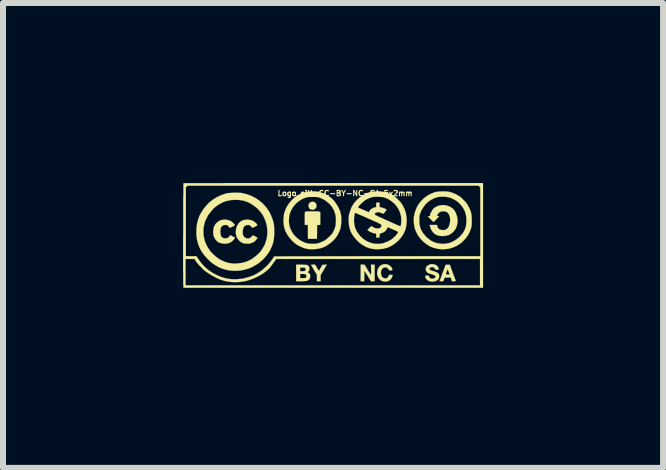
<source format=kicad_pcb>
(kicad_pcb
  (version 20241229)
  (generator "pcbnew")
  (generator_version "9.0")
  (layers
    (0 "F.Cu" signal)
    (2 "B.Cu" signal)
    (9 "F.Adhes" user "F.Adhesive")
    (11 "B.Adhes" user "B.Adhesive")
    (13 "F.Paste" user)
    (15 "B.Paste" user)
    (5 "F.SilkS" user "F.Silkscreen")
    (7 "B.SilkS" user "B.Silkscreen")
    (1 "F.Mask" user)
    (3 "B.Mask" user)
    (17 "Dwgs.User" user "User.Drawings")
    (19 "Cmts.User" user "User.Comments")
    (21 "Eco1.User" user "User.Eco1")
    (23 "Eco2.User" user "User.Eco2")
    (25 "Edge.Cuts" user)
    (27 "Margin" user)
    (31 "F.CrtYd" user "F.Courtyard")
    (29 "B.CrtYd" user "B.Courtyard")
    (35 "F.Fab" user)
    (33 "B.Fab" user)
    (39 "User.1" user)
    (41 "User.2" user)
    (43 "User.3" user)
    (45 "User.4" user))
  (footprint "Logo_silk_CC-BY-NC-SA_5x2mm"
    (layer "F.Cu")
    (at 2.501 0.872)
    (property "Reference" "Logo_silk_CC-BY-NC-SA_5x2mm" (at 0.2 -0.7 0) (layer "F.SilkS") (effects (font (size 0.089 0.089) (thickness 0.018))))
    (attr exclude_from_pos_files exclude_from_bom)
    (fp_poly (pts (xy -0.277 -0.488) (xy -0.279 -0.467) (xy -0.29 -0.45) (xy -0.307 -0.437) (xy -0.33 -0.427) (xy -0.345 -0.427) (xy -0.363 -0.429) (xy -0.366 -0.432) (xy -0.378 -0.437) (xy -0.386 -0.439) (xy -0.391 -0.442) (xy -0.396 -0.452) (xy -0.399 -0.455) (xy -0.409 -0.48) (xy -0.409 -0.503) (xy -0.401 -0.526) (xy -0.389 -0.544) (xy -0.368 -0.554) (xy -0.343 -0.559) (xy -0.34 -0.561) (xy -0.318 -0.556) (xy -0.297 -0.544) (xy -0.284 -0.528) (xy -0.277 -0.511) (xy -0.277 -0.488)) (stroke (width 0.003) (type solid)) (fill yes) (layer "F.SilkS"))
    (fp_poly (pts (xy 0.693 0.765) (xy 0.663 0.765) (xy 0.632 0.765) (xy 0.577 0.676) (xy 0.521 0.587) (xy 0.521 0.676) (xy 0.518 0.765) (xy 0.488 0.765) (xy 0.46 0.765) (xy 0.46 0.627) (xy 0.46 0.488) (xy 0.49 0.488) (xy 0.523 0.488) (xy 0.577 0.577) (xy 0.592 0.602) (xy 0.607 0.625) (xy 0.62 0.643) (xy 0.627 0.655) (xy 0.632 0.66) (xy 0.632 0.655) (xy 0.635 0.643) (xy 0.635 0.622) (xy 0.635 0.597) (xy 0.635 0.574) (xy 0.632 0.488) (xy 0.663 0.488) (xy 0.693 0.488) (xy 0.693 0.627) (xy 0.693 0.765)) (stroke (width 0.003) (type solid)) (fill yes) (layer "F.SilkS"))
    (fp_poly (pts (xy -0.104 0.488) (xy -0.157 0.577) (xy -0.208 0.663) (xy -0.208 0.714) (xy -0.208 0.765) (xy -0.239 0.765) (xy -0.269 0.765) (xy -0.269 0.711) (xy -0.269 0.658) (xy -0.318 0.577) (xy -0.333 0.551) (xy -0.345 0.528) (xy -0.356 0.511) (xy -0.363 0.498) (xy -0.368 0.493) (xy -0.363 0.49) (xy -0.353 0.49) (xy -0.335 0.488) (xy -0.3 0.488) (xy -0.269 0.541) (xy -0.254 0.566) (xy -0.244 0.582) (xy -0.236 0.589) (xy -0.234 0.589) (xy -0.229 0.582) (xy -0.221 0.569) (xy -0.211 0.549) (xy -0.203 0.536) (xy -0.175 0.49) (xy -0.14 0.49) (xy -0.104 0.488)) (stroke (width 0.003) (type solid)) (fill yes) (layer "F.SilkS"))
    (fp_poly (pts (xy 2.045 0.759) (xy 2.04 0.762) (xy 2.027 0.765) (xy 2.012 0.765) (xy 1.981 0.765) (xy 1.971 0.734) (xy 1.963 0.704) (xy 1.943 0.704) (xy 1.943 0.653) (xy 1.928 0.61) (xy 1.92 0.589) (xy 1.915 0.574) (xy 1.91 0.569) (xy 1.91 0.566) (xy 1.905 0.574) (xy 1.9 0.587) (xy 1.895 0.602) (xy 1.887 0.62) (xy 1.882 0.635) (xy 1.88 0.648) (xy 1.88 0.65) (xy 1.885 0.653) (xy 1.895 0.653) (xy 1.91 0.653) (xy 1.943 0.653) (xy 1.943 0.704) (xy 1.91 0.704) (xy 1.859 0.704) (xy 1.849 0.734) (xy 1.836 0.765) (xy 1.806 0.765) (xy 1.775 0.765) (xy 1.826 0.627) (xy 1.877 0.49) (xy 1.913 0.49) (xy 1.946 0.49) (xy 1.994 0.625) (xy 2.007 0.658) (xy 2.019 0.688) (xy 2.029 0.716) (xy 2.037 0.739) (xy 2.042 0.752) (xy 2.045 0.759)) (stroke (width 0.003) (type solid)) (fill yes) (layer "F.SilkS"))
    (fp_poly (pts (xy -0.213 -0.353) (xy -0.213 -0.338) (xy -0.213 -0.318) (xy -0.213 -0.29) (xy -0.213 -0.264) (xy -0.213 -0.175) (xy -0.239 -0.173) (xy -0.267 -0.17) (xy -0.267 -0.056) (xy -0.269 0.058) (xy -0.343 0.058) (xy -0.419 0.058) (xy -0.419 -0.056) (xy -0.419 -0.175) (xy -0.439 -0.173) (xy -0.455 -0.173) (xy -0.465 -0.173) (xy -0.467 -0.173) (xy -0.47 -0.175) (xy -0.472 -0.183) (xy -0.472 -0.198) (xy -0.472 -0.221) (xy -0.472 -0.249) (xy -0.472 -0.274) (xy -0.472 -0.31) (xy -0.472 -0.338) (xy -0.472 -0.358) (xy -0.47 -0.371) (xy -0.47 -0.381) (xy -0.467 -0.386) (xy -0.465 -0.389) (xy -0.462 -0.391) (xy -0.46 -0.394) (xy -0.455 -0.396) (xy -0.445 -0.396) (xy -0.432 -0.399) (xy -0.411 -0.399) (xy -0.386 -0.399) (xy -0.351 -0.399) (xy -0.343 -0.399) (xy -0.305 -0.399) (xy -0.274 -0.399) (xy -0.251 -0.396) (xy -0.234 -0.396) (xy -0.224 -0.391) (xy -0.216 -0.386) (xy -0.213 -0.381) (xy -0.213 -0.371) (xy -0.213 -0.361) (xy -0.213 -0.353)) (stroke (width 0.003) (type solid)) (fill yes) (layer "F.SilkS"))
    (fp_poly (pts (xy 0.993 0.658) (xy 0.991 0.673) (xy 0.978 0.709) (xy 0.96 0.734) (xy 0.935 0.754) (xy 0.904 0.767) (xy 0.869 0.77) (xy 0.846 0.767) (xy 0.82 0.762) (xy 0.8 0.752) (xy 0.78 0.737) (xy 0.77 0.726) (xy 0.752 0.699) (xy 0.739 0.665) (xy 0.734 0.632) (xy 0.737 0.597) (xy 0.747 0.561) (xy 0.765 0.531) (xy 0.775 0.518) (xy 0.8 0.498) (xy 0.831 0.485) (xy 0.864 0.48) (xy 0.894 0.483) (xy 0.925 0.493) (xy 0.95 0.508) (xy 0.973 0.531) (xy 0.978 0.544) (xy 0.986 0.559) (xy 0.988 0.572) (xy 0.988 0.574) (xy 0.988 0.579) (xy 0.983 0.582) (xy 0.97 0.584) (xy 0.963 0.584) (xy 0.945 0.584) (xy 0.937 0.582) (xy 0.93 0.577) (xy 0.927 0.569) (xy 0.912 0.549) (xy 0.892 0.538) (xy 0.871 0.533) (xy 0.848 0.538) (xy 0.828 0.549) (xy 0.813 0.566) (xy 0.808 0.577) (xy 0.8 0.597) (xy 0.798 0.622) (xy 0.8 0.65) (xy 0.805 0.673) (xy 0.808 0.678) (xy 0.823 0.699) (xy 0.843 0.711) (xy 0.866 0.719) (xy 0.889 0.716) (xy 0.899 0.711) (xy 0.912 0.701) (xy 0.922 0.686) (xy 0.93 0.671) (xy 0.93 0.665) (xy 0.93 0.663) (xy 0.937 0.66) (xy 0.953 0.658) (xy 0.96 0.658) (xy 0.993 0.658)) (stroke (width 0.003) (type solid)) (fill yes) (layer "F.SilkS"))
    (fp_poly (pts (xy -1.633 0.041) (xy -1.643 0.053) (xy -1.656 0.074) (xy -1.676 0.091) (xy -1.697 0.109) (xy -1.717 0.122) (xy -1.722 0.124) (xy -1.758 0.135) (xy -1.801 0.14) (xy -1.831 0.137) (xy -1.875 0.13) (xy -1.913 0.114) (xy -1.943 0.089) (xy -1.968 0.058) (xy -1.986 0.023) (xy -1.996 -0.018) (xy -1.999 -0.066) (xy -1.996 -0.079) (xy -1.991 -0.122) (xy -1.979 -0.157) (xy -1.956 -0.191) (xy -1.948 -0.201) (xy -1.915 -0.229) (xy -1.88 -0.249) (xy -1.839 -0.259) (xy -1.793 -0.262) (xy -1.773 -0.259) (xy -1.75 -0.254) (xy -1.727 -0.246) (xy -1.709 -0.241) (xy -1.694 -0.231) (xy -1.679 -0.218) (xy -1.664 -0.203) (xy -1.648 -0.191) (xy -1.641 -0.178) (xy -1.638 -0.17) (xy -1.643 -0.165) (xy -1.654 -0.157) (xy -1.671 -0.147) (xy -1.679 -0.145) (xy -1.72 -0.124) (xy -1.742 -0.15) (xy -1.755 -0.163) (xy -1.765 -0.17) (xy -1.775 -0.173) (xy -1.788 -0.173) (xy -1.796 -0.173) (xy -1.824 -0.17) (xy -1.847 -0.157) (xy -1.864 -0.137) (xy -1.867 -0.135) (xy -1.872 -0.117) (xy -1.877 -0.091) (xy -1.88 -0.064) (xy -1.877 -0.036) (xy -1.875 -0.01) (xy -1.872 0) (xy -1.859 0.023) (xy -1.844 0.041) (xy -1.821 0.048) (xy -1.796 0.051) (xy -1.77 0.048) (xy -1.75 0.041) (xy -1.735 0.025) (xy -1.727 0.015) (xy -1.72 0.005) (xy -1.712 0) (xy -1.707 0) (xy -1.694 0.008) (xy -1.676 0.015) (xy -1.671 0.02) (xy -1.633 0.041)) (stroke (width 0.003) (type solid)) (fill yes) (layer "F.SilkS"))
    (fp_poly (pts (xy -1.262 0.038) (xy -1.262 0.046) (xy -1.267 0.056) (xy -1.275 0.066) (xy -1.303 0.097) (xy -1.336 0.119) (xy -1.372 0.132) (xy -1.412 0.14) (xy -1.458 0.137) (xy -1.496 0.132) (xy -1.527 0.117) (xy -1.557 0.097) (xy -1.562 0.091) (xy -1.587 0.061) (xy -1.608 0.025) (xy -1.618 -0.015) (xy -1.621 -0.023) (xy -1.621 -0.069) (xy -1.615 -0.112) (xy -1.603 -0.152) (xy -1.582 -0.188) (xy -1.557 -0.218) (xy -1.527 -0.239) (xy -1.506 -0.249) (xy -1.468 -0.259) (xy -1.427 -0.262) (xy -1.384 -0.257) (xy -1.346 -0.246) (xy -1.341 -0.244) (xy -1.323 -0.234) (xy -1.303 -0.218) (xy -1.285 -0.203) (xy -1.27 -0.185) (xy -1.267 -0.178) (xy -1.262 -0.173) (xy -1.262 -0.168) (xy -1.267 -0.163) (xy -1.278 -0.157) (xy -1.295 -0.147) (xy -1.303 -0.145) (xy -1.344 -0.124) (xy -1.369 -0.15) (xy -1.382 -0.163) (xy -1.392 -0.17) (xy -1.4 -0.173) (xy -1.415 -0.173) (xy -1.42 -0.173) (xy -1.448 -0.17) (xy -1.468 -0.16) (xy -1.486 -0.14) (xy -1.494 -0.127) (xy -1.501 -0.102) (xy -1.506 -0.069) (xy -1.506 -0.038) (xy -1.501 -0.008) (xy -1.496 0.005) (xy -1.481 0.028) (xy -1.46 0.043) (xy -1.435 0.051) (xy -1.41 0.053) (xy -1.387 0.046) (xy -1.364 0.03) (xy -1.354 0.018) (xy -1.344 0.008) (xy -1.344 0.003) (xy -1.341 0) (xy -1.333 0.003) (xy -1.321 0.008) (xy -1.303 0.015) (xy -1.285 0.025) (xy -1.273 0.033) (xy -1.262 0.038)) (stroke (width 0.003) (type solid)) (fill yes) (layer "F.SilkS"))
    (fp_poly (pts (xy -0.381 0.693) (xy -0.389 0.719) (xy -0.404 0.742) (xy -0.427 0.754) (xy -0.434 0.757) (xy -0.445 0.759) (xy -0.445 0.678) (xy -0.445 0.663) (xy -0.452 0.653) (xy -0.455 0.653) (xy -0.455 0.564) (xy -0.46 0.551) (xy -0.462 0.546) (xy -0.47 0.541) (xy -0.483 0.538) (xy -0.503 0.538) (xy -0.508 0.538) (xy -0.549 0.538) (xy -0.549 0.554) (xy -0.551 0.572) (xy -0.549 0.584) (xy -0.549 0.592) (xy -0.546 0.597) (xy -0.538 0.599) (xy -0.523 0.599) (xy -0.513 0.599) (xy -0.488 0.597) (xy -0.47 0.594) (xy -0.465 0.592) (xy -0.457 0.579) (xy -0.455 0.564) (xy -0.455 0.653) (xy -0.465 0.648) (xy -0.483 0.645) (xy -0.508 0.643) (xy -0.549 0.643) (xy -0.549 0.678) (xy -0.549 0.714) (xy -0.505 0.714) (xy -0.483 0.714) (xy -0.467 0.711) (xy -0.457 0.709) (xy -0.452 0.706) (xy -0.445 0.693) (xy -0.445 0.678) (xy -0.445 0.759) (xy -0.447 0.759) (xy -0.46 0.762) (xy -0.48 0.762) (xy -0.505 0.765) (xy -0.531 0.765) (xy -0.615 0.765) (xy -0.615 0.627) (xy -0.615 0.488) (xy -0.531 0.488) (xy -0.495 0.49) (xy -0.467 0.49) (xy -0.447 0.493) (xy -0.432 0.495) (xy -0.419 0.5) (xy -0.411 0.508) (xy -0.406 0.513) (xy -0.399 0.526) (xy -0.396 0.546) (xy -0.394 0.566) (xy -0.396 0.577) (xy -0.401 0.589) (xy -0.411 0.602) (xy -0.414 0.602) (xy -0.422 0.612) (xy -0.422 0.617) (xy -0.419 0.617) (xy -0.406 0.627) (xy -0.391 0.64) (xy -0.384 0.658) (xy -0.381 0.665) (xy -0.381 0.693)) (stroke (width 0.003) (type solid)) (fill yes) (layer "F.SilkS"))
    (fp_poly (pts (xy 1.768 0.693) (xy 1.763 0.714) (xy 1.753 0.732) (xy 1.748 0.737) (xy 1.73 0.752) (xy 1.702 0.765) (xy 1.671 0.77) (xy 1.641 0.77) (xy 1.636 0.77) (xy 1.6 0.762) (xy 1.572 0.747) (xy 1.552 0.726) (xy 1.539 0.701) (xy 1.539 0.699) (xy 1.537 0.683) (xy 1.539 0.673) (xy 1.547 0.671) (xy 1.565 0.671) (xy 1.57 0.671) (xy 1.585 0.671) (xy 1.593 0.673) (xy 1.598 0.681) (xy 1.6 0.688) (xy 1.61 0.706) (xy 1.628 0.719) (xy 1.648 0.724) (xy 1.674 0.721) (xy 1.687 0.716) (xy 1.702 0.709) (xy 1.709 0.696) (xy 1.707 0.683) (xy 1.704 0.676) (xy 1.697 0.668) (xy 1.684 0.663) (xy 1.664 0.655) (xy 1.638 0.645) (xy 1.623 0.643) (xy 1.6 0.635) (xy 1.582 0.627) (xy 1.572 0.62) (xy 1.565 0.612) (xy 1.549 0.589) (xy 1.544 0.566) (xy 1.547 0.544) (xy 1.557 0.523) (xy 1.575 0.505) (xy 1.595 0.493) (xy 1.621 0.483) (xy 1.651 0.48) (xy 1.679 0.483) (xy 1.709 0.493) (xy 1.735 0.508) (xy 1.75 0.528) (xy 1.758 0.554) (xy 1.76 0.574) (xy 1.732 0.574) (xy 1.714 0.574) (xy 1.707 0.572) (xy 1.702 0.566) (xy 1.697 0.559) (xy 1.689 0.544) (xy 1.671 0.533) (xy 1.654 0.528) (xy 1.633 0.531) (xy 1.618 0.538) (xy 1.615 0.541) (xy 1.608 0.551) (xy 1.605 0.561) (xy 1.61 0.569) (xy 1.613 0.574) (xy 1.623 0.579) (xy 1.643 0.589) (xy 1.674 0.597) (xy 1.676 0.597) (xy 1.709 0.61) (xy 1.735 0.62) (xy 1.75 0.632) (xy 1.763 0.648) (xy 1.768 0.665) (xy 1.768 0.671) (xy 1.768 0.693)) (stroke (width 0.003) (type solid)) (fill yes) (layer "F.SilkS"))
    (fp_poly (pts (xy 2.075 -0.251) (xy 2.073 -0.203) (xy 2.062 -0.157) (xy 2.045 -0.114) (xy 2.035 -0.097) (xy 2.019 -0.076) (xy 2.004 -0.058) (xy 2.002 -0.056) (xy 1.963 -0.025) (xy 1.923 -0.003) (xy 1.875 0.008) (xy 1.826 0.013) (xy 1.778 0.008) (xy 1.775 0.008) (xy 1.732 -0.003) (xy 1.694 -0.023) (xy 1.664 -0.053) (xy 1.638 -0.089) (xy 1.621 -0.135) (xy 1.613 -0.16) (xy 1.608 -0.173) (xy 1.671 -0.173) (xy 1.732 -0.173) (xy 1.737 -0.152) (xy 1.742 -0.132) (xy 1.758 -0.114) (xy 1.773 -0.099) (xy 1.775 -0.099) (xy 1.786 -0.094) (xy 1.801 -0.091) (xy 1.814 -0.089) (xy 1.847 -0.086) (xy 1.877 -0.094) (xy 1.902 -0.112) (xy 1.923 -0.135) (xy 1.938 -0.168) (xy 1.948 -0.208) (xy 1.951 -0.244) (xy 1.951 -0.282) (xy 1.943 -0.318) (xy 1.933 -0.345) (xy 1.93 -0.348) (xy 1.915 -0.373) (xy 1.892 -0.389) (xy 1.869 -0.399) (xy 1.836 -0.401) (xy 1.806 -0.399) (xy 1.781 -0.389) (xy 1.758 -0.371) (xy 1.745 -0.353) (xy 1.737 -0.335) (xy 1.735 -0.325) (xy 1.737 -0.32) (xy 1.75 -0.32) (xy 1.753 -0.318) (xy 1.77 -0.318) (xy 1.722 -0.269) (xy 1.674 -0.221) (xy 1.626 -0.269) (xy 1.577 -0.318) (xy 1.595 -0.318) (xy 1.61 -0.32) (xy 1.618 -0.33) (xy 1.618 -0.343) (xy 1.621 -0.356) (xy 1.628 -0.373) (xy 1.641 -0.394) (xy 1.651 -0.414) (xy 1.664 -0.434) (xy 1.676 -0.447) (xy 1.709 -0.472) (xy 1.748 -0.49) (xy 1.788 -0.5) (xy 1.834 -0.505) (xy 1.877 -0.5) (xy 1.923 -0.488) (xy 1.951 -0.475) (xy 1.986 -0.452) (xy 2.017 -0.422) (xy 2.04 -0.386) (xy 2.057 -0.343) (xy 2.07 -0.3) (xy 2.075 -0.251)) (stroke (width 0.003) (type solid)) (fill yes) (layer "F.SilkS"))
    (fp_poly (pts (xy -0.98 -0.069) (xy -0.98 -0.033) (xy -0.983 0.013) (xy -0.986 0.056) (xy -0.993 0.094) (xy -1.001 0.13) (xy -1.013 0.165) (xy -1.024 0.191) (xy -1.054 0.257) (xy -1.095 0.318) (xy -1.095 -0.069) (xy -1.1 -0.137) (xy -1.115 -0.206) (xy -1.138 -0.269) (xy -1.168 -0.333) (xy -1.209 -0.389) (xy -1.255 -0.442) (xy -1.311 -0.488) (xy -1.372 -0.528) (xy -1.374 -0.531) (xy -1.435 -0.559) (xy -1.499 -0.579) (xy -1.565 -0.589) (xy -1.633 -0.592) (xy -1.702 -0.587) (xy -1.768 -0.574) (xy -1.831 -0.554) (xy -1.872 -0.533) (xy -1.93 -0.498) (xy -1.984 -0.455) (xy -2.029 -0.404) (xy -2.073 -0.351) (xy -2.106 -0.292) (xy -2.134 -0.231) (xy -2.144 -0.196) (xy -2.159 -0.124) (xy -2.162 -0.053) (xy -2.156 0.015) (xy -2.141 0.084) (xy -2.118 0.147) (xy -2.083 0.211) (xy -2.042 0.269) (xy -1.991 0.323) (xy -1.933 0.371) (xy -1.875 0.409) (xy -1.811 0.439) (xy -1.745 0.46) (xy -1.676 0.47) (xy -1.603 0.47) (xy -1.537 0.462) (xy -1.476 0.45) (xy -1.415 0.427) (xy -1.356 0.396) (xy -1.303 0.358) (xy -1.252 0.315) (xy -1.206 0.267) (xy -1.171 0.213) (xy -1.14 0.16) (xy -1.133 0.142) (xy -1.11 0.071) (xy -1.097 0) (xy -1.095 -0.069) (xy -1.095 0.318) (xy -1.14 0.373) (xy -1.194 0.427) (xy -1.252 0.472) (xy -1.316 0.511) (xy -1.382 0.544) (xy -1.448 0.566) (xy -1.519 0.582) (xy -1.552 0.587) (xy -1.582 0.589) (xy -1.608 0.589) (xy -1.631 0.592) (xy -1.648 0.592) (xy -1.669 0.589) (xy -1.687 0.589) (xy -1.763 0.579) (xy -1.836 0.559) (xy -1.905 0.531) (xy -1.971 0.493) (xy -2.035 0.447) (xy -2.095 0.389) (xy -2.149 0.328) (xy -2.195 0.264) (xy -2.228 0.198) (xy -2.253 0.13) (xy -2.271 0.056) (xy -2.278 -0.018) (xy -2.278 -0.058) (xy -2.276 -0.13) (xy -2.266 -0.198) (xy -2.25 -0.259) (xy -2.228 -0.323) (xy -2.207 -0.361) (xy -2.167 -0.427) (xy -2.118 -0.49) (xy -2.065 -0.546) (xy -2.004 -0.594) (xy -1.938 -0.635) (xy -1.869 -0.668) (xy -1.798 -0.693) (xy -1.753 -0.704) (xy -1.72 -0.706) (xy -1.679 -0.709) (xy -1.636 -0.711) (xy -1.593 -0.709) (xy -1.549 -0.709) (xy -1.514 -0.704) (xy -1.506 -0.701) (xy -1.43 -0.683) (xy -1.359 -0.655) (xy -1.29 -0.62) (xy -1.227 -0.577) (xy -1.168 -0.526) (xy -1.118 -0.47) (xy -1.072 -0.406) (xy -1.036 -0.338) (xy -1.008 -0.267) (xy -1.003 -0.249) (xy -0.993 -0.213) (xy -0.986 -0.18) (xy -0.983 -0.147) (xy -0.98 -0.109) (xy -0.98 -0.069)) (stroke (width 0.003) (type solid)) (fill yes) (layer "F.SilkS"))
    (fp_poly (pts (xy 2.311 -0.239) (xy 2.311 -0.198) (xy 2.309 -0.165) (xy 2.304 -0.137) (xy 2.304 -0.132) (xy 2.281 -0.066) (xy 2.25 -0.005) (xy 2.223 0.03) (xy 2.223 -0.234) (xy 2.223 -0.264) (xy 2.22 -0.305) (xy 2.215 -0.338) (xy 2.207 -0.368) (xy 2.197 -0.399) (xy 2.184 -0.427) (xy 2.154 -0.478) (xy 2.116 -0.523) (xy 2.07 -0.564) (xy 2.019 -0.597) (xy 1.966 -0.622) (xy 1.951 -0.627) (xy 1.915 -0.635) (xy 1.875 -0.643) (xy 1.829 -0.643) (xy 1.788 -0.643) (xy 1.75 -0.638) (xy 1.745 -0.638) (xy 1.689 -0.62) (xy 1.633 -0.592) (xy 1.585 -0.559) (xy 1.539 -0.516) (xy 1.504 -0.467) (xy 1.471 -0.414) (xy 1.453 -0.368) (xy 1.445 -0.348) (xy 1.443 -0.333) (xy 1.44 -0.318) (xy 1.438 -0.3) (xy 1.438 -0.279) (xy 1.438 -0.251) (xy 1.438 -0.208) (xy 1.443 -0.173) (xy 1.45 -0.14) (xy 1.46 -0.107) (xy 1.473 -0.081) (xy 1.496 -0.043) (xy 1.527 -0.003) (xy 1.56 0.033) (xy 1.598 0.064) (xy 1.631 0.089) (xy 1.681 0.114) (xy 1.74 0.132) (xy 1.798 0.14) (xy 1.857 0.142) (xy 1.915 0.132) (xy 1.933 0.13) (xy 1.986 0.109) (xy 2.037 0.081) (xy 2.085 0.048) (xy 2.126 0.008) (xy 2.162 -0.033) (xy 2.189 -0.081) (xy 2.192 -0.086) (xy 2.21 -0.132) (xy 2.22 -0.18) (xy 2.223 -0.234) (xy 2.223 0.03) (xy 2.212 0.048) (xy 2.164 0.099) (xy 2.123 0.135) (xy 2.065 0.173) (xy 2.002 0.201) (xy 1.938 0.221) (xy 1.869 0.231) (xy 1.798 0.231) (xy 1.75 0.226) (xy 1.687 0.211) (xy 1.623 0.188) (xy 1.567 0.155) (xy 1.511 0.112) (xy 1.463 0.064) (xy 1.455 0.053) (xy 1.415 0) (xy 1.384 -0.058) (xy 1.361 -0.119) (xy 1.349 -0.185) (xy 1.344 -0.251) (xy 1.349 -0.318) (xy 1.364 -0.384) (xy 1.387 -0.447) (xy 1.394 -0.462) (xy 1.427 -0.521) (xy 1.468 -0.572) (xy 1.516 -0.62) (xy 1.57 -0.66) (xy 1.628 -0.691) (xy 1.689 -0.716) (xy 1.704 -0.719) (xy 1.722 -0.724) (xy 1.737 -0.726) (xy 1.758 -0.729) (xy 1.778 -0.729) (xy 1.806 -0.732) (xy 1.831 -0.732) (xy 1.864 -0.732) (xy 1.892 -0.729) (xy 1.913 -0.729) (xy 1.93 -0.726) (xy 1.948 -0.721) (xy 1.956 -0.719) (xy 1.996 -0.706) (xy 2.04 -0.688) (xy 2.08 -0.665) (xy 2.111 -0.648) (xy 2.134 -0.63) (xy 2.156 -0.607) (xy 2.182 -0.582) (xy 2.207 -0.556) (xy 2.225 -0.533) (xy 2.233 -0.523) (xy 2.25 -0.493) (xy 2.268 -0.457) (xy 2.286 -0.419) (xy 2.299 -0.384) (xy 2.299 -0.376) (xy 2.306 -0.351) (xy 2.309 -0.315) (xy 2.311 -0.277) (xy 2.311 -0.239)) (stroke (width 0.003) (type solid)) (fill yes) (layer "F.SilkS"))
    (fp_poly (pts (xy 0.137 -0.262) (xy 0.137 -0.216) (xy 0.132 -0.173) (xy 0.127 -0.132) (xy 0.124 -0.122) (xy 0.112 -0.084) (xy 0.094 -0.043) (xy 0.074 -0.003) (xy 0.053 0.028) (xy 0.048 0.033) (xy 0.048 -0.249) (xy 0.046 -0.302) (xy 0.038 -0.351) (xy 0.023 -0.396) (xy 0.013 -0.422) (xy -0.015 -0.47) (xy -0.051 -0.516) (xy -0.097 -0.556) (xy -0.145 -0.592) (xy -0.198 -0.617) (xy -0.229 -0.63) (xy -0.246 -0.635) (xy -0.262 -0.638) (xy -0.279 -0.64) (xy -0.3 -0.64) (xy -0.328 -0.64) (xy -0.34 -0.64) (xy -0.373 -0.64) (xy -0.396 -0.64) (xy -0.414 -0.638) (xy -0.429 -0.635) (xy -0.447 -0.632) (xy -0.455 -0.63) (xy -0.511 -0.607) (xy -0.564 -0.574) (xy -0.612 -0.536) (xy -0.653 -0.49) (xy -0.688 -0.439) (xy -0.714 -0.381) (xy -0.724 -0.351) (xy -0.732 -0.318) (xy -0.734 -0.279) (xy -0.737 -0.241) (xy -0.734 -0.201) (xy -0.729 -0.168) (xy -0.726 -0.155) (xy -0.706 -0.097) (xy -0.676 -0.041) (xy -0.638 0.008) (xy -0.592 0.051) (xy -0.566 0.071) (xy -0.513 0.104) (xy -0.457 0.127) (xy -0.396 0.14) (xy -0.335 0.142) (xy -0.284 0.14) (xy -0.239 0.13) (xy -0.193 0.112) (xy -0.15 0.091) (xy -0.137 0.086) (xy -0.122 0.074) (xy -0.102 0.058) (xy -0.079 0.038) (xy -0.058 0.02) (xy -0.058 0.018) (xy -0.036 -0.003) (xy -0.02 -0.02) (xy -0.008 -0.038) (xy 0.003 -0.058) (xy 0.008 -0.069) (xy 0.028 -0.114) (xy 0.041 -0.155) (xy 0.046 -0.201) (xy 0.048 -0.249) (xy 0.048 0.033) (xy 0.048 0.038) (xy 0.005 0.084) (xy -0.041 0.127) (xy -0.097 0.165) (xy -0.152 0.196) (xy -0.211 0.216) (xy -0.224 0.218) (xy -0.254 0.224) (xy -0.29 0.229) (xy -0.325 0.231) (xy -0.363 0.231) (xy -0.396 0.231) (xy -0.417 0.229) (xy -0.483 0.213) (xy -0.544 0.188) (xy -0.605 0.155) (xy -0.66 0.112) (xy -0.683 0.089) (xy -0.729 0.036) (xy -0.767 -0.018) (xy -0.798 -0.079) (xy -0.813 -0.13) (xy -0.818 -0.15) (xy -0.82 -0.17) (xy -0.823 -0.193) (xy -0.826 -0.216) (xy -0.826 -0.246) (xy -0.823 -0.292) (xy -0.82 -0.33) (xy -0.818 -0.353) (xy -0.798 -0.417) (xy -0.77 -0.478) (xy -0.734 -0.533) (xy -0.691 -0.584) (xy -0.643 -0.63) (xy -0.589 -0.668) (xy -0.531 -0.699) (xy -0.467 -0.719) (xy -0.455 -0.721) (xy -0.424 -0.726) (xy -0.389 -0.732) (xy -0.348 -0.732) (xy -0.305 -0.732) (xy -0.267 -0.729) (xy -0.234 -0.724) (xy -0.216 -0.719) (xy -0.152 -0.696) (xy -0.091 -0.665) (xy -0.036 -0.627) (xy 0.01 -0.582) (xy 0.051 -0.528) (xy 0.086 -0.472) (xy 0.114 -0.409) (xy 0.132 -0.343) (xy 0.132 -0.34) (xy 0.137 -0.302) (xy 0.137 -0.262)) (stroke (width 0.003) (type solid)) (fill yes) (layer "F.SilkS"))
    (fp_poly (pts (xy 2.499 0.874) (xy 2.454 0.874) (xy 2.454 0.348) (xy 2.454 -0.224) (xy 2.454 -0.8) (xy 2.438 -0.815) (xy 2.426 -0.828) (xy 0 -0.828) (xy -2.426 -0.828) (xy -2.438 -0.815) (xy -2.454 -0.8) (xy -2.454 -0.224) (xy -2.454 0.348) (xy -2.365 0.348) (xy -2.276 0.348) (xy -2.243 0.399) (xy -2.195 0.465) (xy -2.139 0.526) (xy -2.078 0.579) (xy -2.009 0.625) (xy -1.935 0.665) (xy -1.859 0.696) (xy -1.778 0.719) (xy -1.712 0.729) (xy -1.679 0.732) (xy -1.638 0.732) (xy -1.595 0.732) (xy -1.552 0.726) (xy -1.514 0.724) (xy -1.491 0.719) (xy -1.405 0.696) (xy -1.326 0.668) (xy -1.252 0.627) (xy -1.184 0.582) (xy -1.118 0.523) (xy -1.092 0.498) (xy -1.069 0.472) (xy -1.046 0.445) (xy -1.026 0.419) (xy -1.013 0.399) (xy -0.98 0.351) (xy 0.734 0.348) (xy 2.454 0.348) (xy 2.454 0.874) (xy 2.449 0.874) (xy 2.449 0.833) (xy 2.449 0.615) (xy 2.449 0.394) (xy 0.749 0.394) (xy -0.947 0.394) (xy -0.98 0.439) (xy -1.019 0.493) (xy -1.054 0.541) (xy -1.095 0.579) (xy -1.135 0.612) (xy -1.181 0.645) (xy -1.214 0.665) (xy -1.27 0.693) (xy -1.318 0.716) (xy -1.364 0.734) (xy -1.41 0.749) (xy -1.458 0.762) (xy -1.46 0.762) (xy -1.534 0.775) (xy -1.6 0.78) (xy -1.664 0.78) (xy -1.73 0.775) (xy -1.798 0.762) (xy -1.875 0.739) (xy -1.951 0.706) (xy -2.029 0.663) (xy -2.108 0.612) (xy -2.134 0.592) (xy -2.154 0.577) (xy -2.177 0.554) (xy -2.202 0.528) (xy -2.23 0.5) (xy -2.253 0.472) (xy -2.276 0.447) (xy -2.291 0.424) (xy -2.299 0.409) (xy -2.309 0.394) (xy -2.383 0.394) (xy -2.459 0.394) (xy -2.459 0.615) (xy -2.459 0.833) (xy -0.003 0.833) (xy 2.449 0.833) (xy 2.449 0.874) (xy 0.003 0.874) (xy -2.492 0.874) (xy -2.497 0.803) (xy -2.497 0.787) (xy -2.497 0.765) (xy -2.497 0.734) (xy -2.497 0.693) (xy -2.497 0.648) (xy -2.499 0.597) (xy -2.499 0.538) (xy -2.499 0.478) (xy -2.499 0.411) (xy -2.499 0.34) (xy -2.499 0.267) (xy -2.499 0.191) (xy -2.499 0.112) (xy -2.499 0.033) (xy -2.497 -0.043) (xy -2.497 -0.122) (xy -2.497 -0.201) (xy -2.497 -0.277) (xy -2.497 -0.353) (xy -2.497 -0.427) (xy -2.497 -0.495) (xy -2.497 -0.559) (xy -2.497 -0.62) (xy -2.494 -0.676) (xy -2.494 -0.726) (xy -2.494 -0.77) (xy -2.494 -0.805) (xy -2.494 -0.833) (xy -2.494 -0.853) (xy -2.492 -0.866) (xy -2.487 -0.869) (xy -2.471 -0.869) (xy -2.449 -0.869) (xy -2.416 -0.869) (xy -2.375 -0.869) (xy -2.324 -0.869) (xy -2.266 -0.869) (xy -2.202 -0.869) (xy -2.129 -0.869) (xy -2.05 -0.869) (xy -1.966 -0.869) (xy -1.875 -0.869) (xy -1.778 -0.871) (xy -1.676 -0.871) (xy -1.57 -0.871) (xy -1.458 -0.871) (xy -1.344 -0.871) (xy -1.224 -0.871) (xy -1.102 -0.871) (xy -0.975 -0.871) (xy -0.848 -0.871) (xy -0.719 -0.871) (xy -0.584 -0.871) (xy -0.452 -0.871) (xy -0.315 -0.871) (xy -0.18 -0.871) (xy -0.043 -0.871) (xy 0.091 -0.871) (xy 0.226 -0.871) (xy 0.363 -0.871) (xy 0.498 -0.871) (xy 0.63 -0.871) (xy 0.762 -0.871) (xy 0.892 -0.871) (xy 1.019 -0.871) (xy 1.143 -0.871) (xy 1.262 -0.871) (xy 1.382 -0.871) (xy 1.494 -0.871) (xy 1.603 -0.871) (xy 1.707 -0.871) (xy 1.806 -0.871) (xy 1.902 -0.871) (xy 1.989 -0.871) (xy 2.073 -0.871) (xy 2.146 -0.871) (xy 2.215 -0.871) (xy 2.278 -0.871) (xy 2.332 -0.871) (xy 2.377 -0.871) (xy 2.416 -0.871) (xy 2.443 -0.871) (xy 2.464 -0.871) (xy 2.474 -0.871) (xy 2.477 -0.871) (xy 2.499 -0.869) (xy 2.499 0.003) (xy 2.499 0.874)) (stroke (width 0.003) (type solid)) (fill yes) (layer "F.SilkS"))
    (fp_poly (pts (xy 1.227 -0.236) (xy 1.224 -0.198) (xy 1.219 -0.155) (xy 1.212 -0.119) (xy 1.201 -0.084) (xy 1.186 -0.048) (xy 1.184 -0.046) (xy 1.161 -0.003) (xy 1.138 0.03) (xy 1.138 -0.254) (xy 1.133 -0.315) (xy 1.118 -0.373) (xy 1.095 -0.429) (xy 1.064 -0.48) (xy 1.024 -0.526) (xy 0.978 -0.566) (xy 0.925 -0.602) (xy 0.914 -0.607) (xy 0.871 -0.625) (xy 0.828 -0.638) (xy 0.78 -0.643) (xy 0.726 -0.643) (xy 0.696 -0.643) (xy 0.673 -0.64) (xy 0.655 -0.638) (xy 0.638 -0.632) (xy 0.617 -0.625) (xy 0.594 -0.617) (xy 0.569 -0.605) (xy 0.549 -0.594) (xy 0.546 -0.592) (xy 0.531 -0.584) (xy 0.513 -0.569) (xy 0.493 -0.551) (xy 0.47 -0.531) (xy 0.452 -0.513) (xy 0.434 -0.495) (xy 0.424 -0.48) (xy 0.419 -0.475) (xy 0.417 -0.467) (xy 0.419 -0.462) (xy 0.429 -0.457) (xy 0.439 -0.452) (xy 0.457 -0.445) (xy 0.48 -0.434) (xy 0.505 -0.424) (xy 0.521 -0.417) (xy 0.594 -0.384) (xy 0.607 -0.406) (xy 0.625 -0.429) (xy 0.65 -0.447) (xy 0.678 -0.46) (xy 0.691 -0.465) (xy 0.719 -0.47) (xy 0.719 -0.508) (xy 0.719 -0.544) (xy 0.747 -0.544) (xy 0.775 -0.544) (xy 0.775 -0.508) (xy 0.775 -0.47) (xy 0.805 -0.465) (xy 0.823 -0.46) (xy 0.843 -0.452) (xy 0.864 -0.445) (xy 0.879 -0.437) (xy 0.889 -0.429) (xy 0.892 -0.427) (xy 0.889 -0.422) (xy 0.881 -0.409) (xy 0.871 -0.396) (xy 0.866 -0.389) (xy 0.836 -0.358) (xy 0.808 -0.371) (xy 0.782 -0.381) (xy 0.757 -0.386) (xy 0.734 -0.384) (xy 0.714 -0.378) (xy 0.701 -0.368) (xy 0.696 -0.353) (xy 0.696 -0.348) (xy 0.699 -0.345) (xy 0.701 -0.34) (xy 0.709 -0.338) (xy 0.719 -0.33) (xy 0.732 -0.325) (xy 0.752 -0.315) (xy 0.777 -0.302) (xy 0.808 -0.29) (xy 0.846 -0.272) (xy 0.894 -0.249) (xy 0.907 -0.244) (xy 0.95 -0.226) (xy 0.991 -0.206) (xy 1.026 -0.191) (xy 1.059 -0.175) (xy 1.085 -0.165) (xy 1.105 -0.157) (xy 1.118 -0.15) (xy 1.123 -0.15) (xy 1.125 -0.155) (xy 1.13 -0.168) (xy 1.133 -0.188) (xy 1.133 -0.193) (xy 1.138 -0.254) (xy 1.138 0.03) (xy 1.135 0.033) (xy 1.105 0.069) (xy 1.082 0.094) (xy 1.082 -0.053) (xy 1.077 -0.061) (xy 1.064 -0.069) (xy 1.044 -0.079) (xy 1.016 -0.091) (xy 1.001 -0.097) (xy 0.912 -0.137) (xy 0.897 -0.107) (xy 0.876 -0.076) (xy 0.851 -0.056) (xy 0.818 -0.041) (xy 0.813 -0.038) (xy 0.795 -0.033) (xy 0.782 -0.028) (xy 0.777 -0.018) (xy 0.775 -0.005) (xy 0.775 0.005) (xy 0.772 0.038) (xy 0.747 0.038) (xy 0.719 0.038) (xy 0.719 0.005) (xy 0.719 -0.01) (xy 0.719 -0.023) (xy 0.714 -0.028) (xy 0.704 -0.03) (xy 0.688 -0.036) (xy 0.676 -0.036) (xy 0.658 -0.041) (xy 0.635 -0.051) (xy 0.612 -0.061) (xy 0.592 -0.074) (xy 0.584 -0.079) (xy 0.572 -0.089) (xy 0.605 -0.122) (xy 0.622 -0.14) (xy 0.635 -0.15) (xy 0.643 -0.152) (xy 0.645 -0.152) (xy 0.671 -0.135) (xy 0.693 -0.122) (xy 0.714 -0.117) (xy 0.739 -0.114) (xy 0.742 -0.114) (xy 0.77 -0.117) (xy 0.79 -0.127) (xy 0.803 -0.142) (xy 0.808 -0.157) (xy 0.805 -0.173) (xy 0.803 -0.178) (xy 0.798 -0.18) (xy 0.792 -0.185) (xy 0.782 -0.191) (xy 0.767 -0.198) (xy 0.749 -0.208) (xy 0.724 -0.221) (xy 0.691 -0.234) (xy 0.653 -0.251) (xy 0.607 -0.272) (xy 0.584 -0.282) (xy 0.541 -0.302) (xy 0.5 -0.32) (xy 0.465 -0.335) (xy 0.432 -0.348) (xy 0.406 -0.361) (xy 0.386 -0.368) (xy 0.373 -0.373) (xy 0.368 -0.373) (xy 0.363 -0.366) (xy 0.358 -0.351) (xy 0.356 -0.328) (xy 0.351 -0.302) (xy 0.351 -0.277) (xy 0.348 -0.251) (xy 0.348 -0.246) (xy 0.353 -0.188) (xy 0.366 -0.13) (xy 0.389 -0.076) (xy 0.419 -0.028) (xy 0.455 0.015) (xy 0.495 0.053) (xy 0.541 0.086) (xy 0.592 0.112) (xy 0.648 0.132) (xy 0.704 0.142) (xy 0.762 0.142) (xy 0.8 0.14) (xy 0.861 0.124) (xy 0.919 0.099) (xy 0.973 0.069) (xy 1.021 0.028) (xy 1.052 -0.003) (xy 1.064 -0.02) (xy 1.077 -0.036) (xy 1.082 -0.046) (xy 1.082 -0.053) (xy 1.082 0.094) (xy 1.079 0.097) (xy 1.024 0.142) (xy 0.968 0.178) (xy 0.907 0.206) (xy 0.848 0.221) (xy 0.818 0.226) (xy 0.782 0.229) (xy 0.747 0.231) (xy 0.711 0.231) (xy 0.681 0.229) (xy 0.676 0.229) (xy 0.61 0.216) (xy 0.549 0.193) (xy 0.49 0.16) (xy 0.434 0.119) (xy 0.391 0.076) (xy 0.348 0.025) (xy 0.315 -0.023) (xy 0.29 -0.076) (xy 0.272 -0.132) (xy 0.262 -0.196) (xy 0.262 -0.231) (xy 0.259 -0.264) (xy 0.259 -0.29) (xy 0.262 -0.31) (xy 0.264 -0.333) (xy 0.267 -0.348) (xy 0.287 -0.414) (xy 0.312 -0.475) (xy 0.348 -0.533) (xy 0.391 -0.584) (xy 0.442 -0.63) (xy 0.498 -0.668) (xy 0.533 -0.688) (xy 0.579 -0.709) (xy 0.622 -0.721) (xy 0.671 -0.729) (xy 0.719 -0.732) (xy 0.79 -0.732) (xy 0.859 -0.721) (xy 0.919 -0.704) (xy 0.98 -0.676) (xy 1.036 -0.638) (xy 1.077 -0.602) (xy 1.123 -0.554) (xy 1.161 -0.498) (xy 1.191 -0.437) (xy 1.212 -0.373) (xy 1.224 -0.307) (xy 1.227 -0.236)) (stroke (width 0.003) (type solid)) (fill yes) (layer "F.SilkS")))
  (gr_rect
    (start -3 -3)
    (end 8.001 4.748)
    (stroke (width 0.1) (type default))
    (fill no)
    (layer "Edge.Cuts")))
</source>
